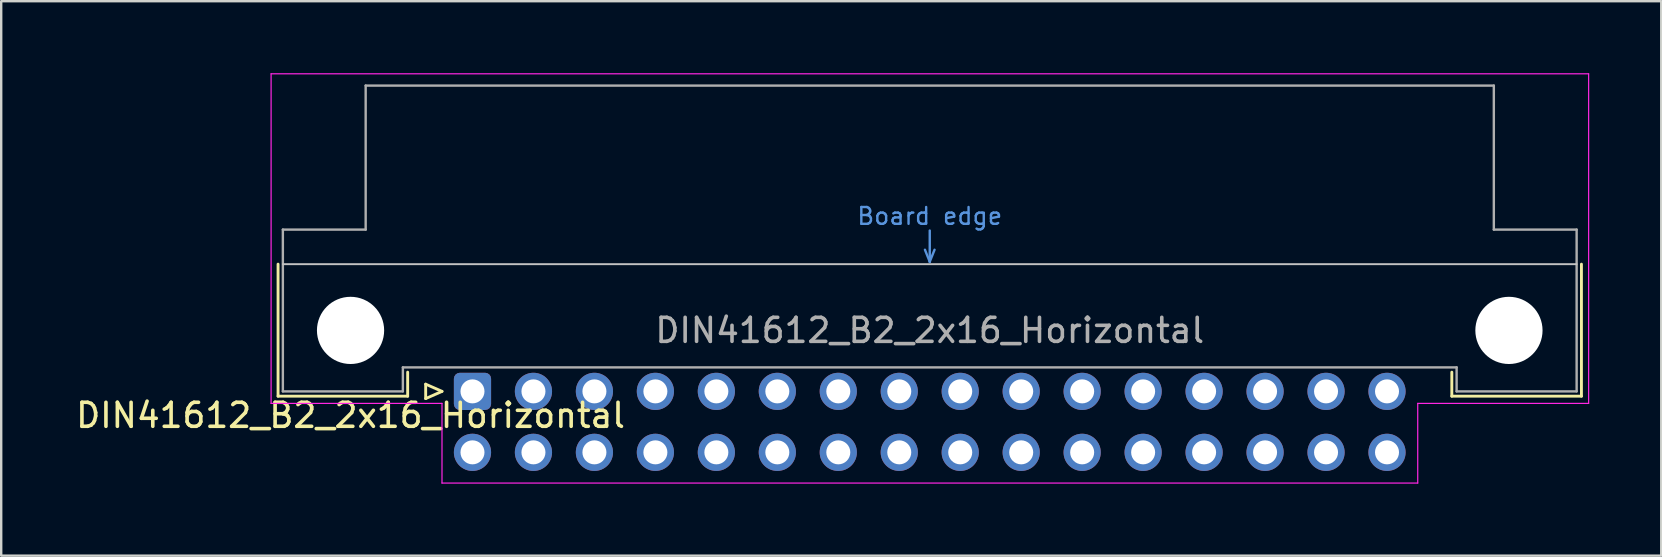
<source format=kicad_pcb>
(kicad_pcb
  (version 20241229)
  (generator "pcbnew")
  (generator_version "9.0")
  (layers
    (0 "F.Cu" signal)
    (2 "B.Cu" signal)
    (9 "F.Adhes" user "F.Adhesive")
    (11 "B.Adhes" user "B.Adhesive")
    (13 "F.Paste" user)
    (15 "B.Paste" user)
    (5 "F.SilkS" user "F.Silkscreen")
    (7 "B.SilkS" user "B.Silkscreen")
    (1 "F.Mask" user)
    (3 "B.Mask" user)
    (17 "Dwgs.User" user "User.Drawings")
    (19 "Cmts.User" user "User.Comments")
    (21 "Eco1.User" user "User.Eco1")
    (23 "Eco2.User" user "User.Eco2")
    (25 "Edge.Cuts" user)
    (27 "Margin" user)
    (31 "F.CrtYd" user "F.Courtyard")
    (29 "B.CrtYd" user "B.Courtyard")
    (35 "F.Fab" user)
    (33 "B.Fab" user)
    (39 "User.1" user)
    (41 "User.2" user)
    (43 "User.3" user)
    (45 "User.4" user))
  (footprint "DIN41612_B2_2x16_Horizontal"
    (layer "F.Cu")
    (at 16.634 13.255)
    (property "Reference" "DIN41612_B2_2x16_Horizontal" (at -5.08 1 0) (layer "F.SilkS") (effects (font (size 1 1) (thickness 0.15))))
    (attr through_hole)
    (fp_line (start -8.1 -5.3) (end -8.1 0.2) (stroke (width 0.12) (type solid)) (layer "F.SilkS"))
    (fp_line (start -8.1 0.2) (end -2.7 0.2) (stroke (width 0.12) (type solid)) (layer "F.SilkS"))
    (fp_line (start -2.7 0.2) (end -2.7 -0.8) (stroke (width 0.12) (type solid)) (layer "F.SilkS"))
    (fp_line (start -1.95 -0.3) (end -1.95 0.3) (stroke (width 0.12) (type solid)) (layer "F.SilkS"))
    (fp_line (start -1.95 0.3) (end -1.27 0) (stroke (width 0.12) (type solid)) (layer "F.SilkS"))
    (fp_line (start -1.27 0) (end -1.95 -0.3) (stroke (width 0.12) (type solid)) (layer "F.SilkS"))
    (fp_line (start 40.8 0.2) (end 40.8 -0.8) (stroke (width 0.12) (type solid)) (layer "F.SilkS"))
    (fp_line (start 46.2 -5.3) (end 46.2 0.2) (stroke (width 0.12) (type solid)) (layer "F.SilkS"))
    (fp_line (start 46.2 0.2) (end 40.8 0.2) (stroke (width 0.12) (type solid)) (layer "F.SilkS"))
    (fp_line (start -7.9 -5.3) (end 46 -5.3) (stroke (width 0.08) (type solid)) (layer "Dwgs.User"))
    (fp_line (start 18.85 -5.9) (end 19.05 -5.4) (stroke (width 0.1) (type solid)) (layer "Cmts.User"))
    (fp_line (start 19.05 -5.4) (end 19.05 -6.7) (stroke (width 0.1) (type solid)) (layer "Cmts.User"))
    (fp_line (start 19.05 -5.4) (end 19.25 -5.9) (stroke (width 0.1) (type solid)) (layer "Cmts.User"))
    (fp_line (start -8.39 -13.23) (end -8.39 0.5) (stroke (width 0.05) (type solid)) (layer "F.CrtYd"))
    (fp_line (start -8.39 0.5) (end -1.27 0.5) (stroke (width 0.05) (type solid)) (layer "F.CrtYd"))
    (fp_line (start -1.27 0.5) (end -1.27 3.82) (stroke (width 0.05) (type solid)) (layer "F.CrtYd"))
    (fp_line (start -1.27 3.82) (end 39.38 3.82) (stroke (width 0.05) (type solid)) (layer "F.CrtYd"))
    (fp_line (start 39.38 0.5) (end 46.5 0.5) (stroke (width 0.05) (type solid)) (layer "F.CrtYd"))
    (fp_line (start 39.38 3.82) (end 39.38 0.5) (stroke (width 0.05) (type solid)) (layer "F.CrtYd"))
    (fp_line (start 46.5 -13.23) (end -8.39 -13.23) (stroke (width 0.05) (type solid)) (layer "F.CrtYd"))
    (fp_line (start 46.5 0.5) (end 46.5 -13.23) (stroke (width 0.05) (type solid)) (layer "F.CrtYd"))
    (fp_line (start -7.9 -6.74) (end -7.9 0) (stroke (width 0.1) (type solid)) (layer "F.Fab"))
    (fp_line (start -7.9 0) (end -2.9 0) (stroke (width 0.1) (type solid)) (layer "F.Fab"))
    (fp_line (start -4.45 -12.74) (end -4.45 -6.74) (stroke (width 0.1) (type solid)) (layer "F.Fab"))
    (fp_line (start -4.45 -6.74) (end -7.9 -6.74) (stroke (width 0.1) (type solid)) (layer "F.Fab"))
    (fp_line (start -2.9 -1) (end 41 -1) (stroke (width 0.1) (type solid)) (layer "F.Fab"))
    (fp_line (start -2.9 0) (end -2.9 -1) (stroke (width 0.1) (type solid)) (layer "F.Fab"))
    (fp_line (start 41 -1) (end 41 0) (stroke (width 0.1) (type solid)) (layer "F.Fab"))
    (fp_line (start 41 0) (end 46 0) (stroke (width 0.1) (type solid)) (layer "F.Fab"))
    (fp_line (start 42.55 -12.74) (end -4.45 -12.74) (stroke (width 0.1) (type solid)) (layer "F.Fab"))
    (fp_line (start 42.55 -6.74) (end 42.55 -12.74) (stroke (width 0.1) (type solid)) (layer "F.Fab"))
    (fp_line (start 46 -6.74) (end 42.55 -6.74) (stroke (width 0.1) (type solid)) (layer "F.Fab"))
    (fp_line (start 46 0) (end 46 -6.74) (stroke (width 0.1) (type solid)) (layer "F.Fab"))
    (fp_text user "Board edge" (at 19.05 -7.3 0) (layer "Cmts.User") (effects (font (size 0.7 0.7) (thickness 0.1))))
    (fp_text user "${REFERENCE}" (at 19.05 -2.54 0) (layer "F.Fab") (effects (font (size 1 1) (thickness 0.15))))
    (pad "" np_thru_hole circle (at -5.08 -2.54) (size 2.8 2.8) (drill 2.8) (layers "*.Cu" "*.Mask"))
    (pad "" np_thru_hole circle (at 43.18 -2.54) (size 2.8 2.8) (drill 2.8) (layers "*.Cu" "*.Mask"))
    (pad "a1" thru_hole roundrect (at 0 0) (size 1.55 1.55) (drill 1) (layers "*.Cu" "*.Mask") (roundrect_rratio 0.161))
    (pad "a2" thru_hole circle (at 2.54 0) (size 1.55 1.55) (drill 1) (layers "*.Cu" "*.Mask"))
    (pad "a3" thru_hole circle (at 5.08 0) (size 1.55 1.55) (drill 1) (layers "*.Cu" "*.Mask"))
    (pad "a4" thru_hole circle (at 7.62 0) (size 1.55 1.55) (drill 1) (layers "*.Cu" "*.Mask"))
    (pad "a5" thru_hole circle (at 10.16 0) (size 1.55 1.55) (drill 1) (layers "*.Cu" "*.Mask"))
    (pad "a6" thru_hole circle (at 12.7 0) (size 1.55 1.55) (drill 1) (layers "*.Cu" "*.Mask"))
    (pad "a7" thru_hole circle (at 15.24 0) (size 1.55 1.55) (drill 1) (layers "*.Cu" "*.Mask"))
    (pad "a8" thru_hole circle (at 17.78 0) (size 1.55 1.55) (drill 1) (layers "*.Cu" "*.Mask"))
    (pad "a9" thru_hole circle (at 20.32 0) (size 1.55 1.55) (drill 1) (layers "*.Cu" "*.Mask"))
    (pad "a10" thru_hole circle (at 22.86 0) (size 1.55 1.55) (drill 1) (layers "*.Cu" "*.Mask"))
    (pad "a11" thru_hole circle (at 25.4 0) (size 1.55 1.55) (drill 1) (layers "*.Cu" "*.Mask"))
    (pad "a12" thru_hole circle (at 27.94 0) (size 1.55 1.55) (drill 1) (layers "*.Cu" "*.Mask"))
    (pad "a13" thru_hole circle (at 30.48 0) (size 1.55 1.55) (drill 1) (layers "*.Cu" "*.Mask"))
    (pad "a14" thru_hole circle (at 33.02 0) (size 1.55 1.55) (drill 1) (layers "*.Cu" "*.Mask"))
    (pad "a15" thru_hole circle (at 35.56 0) (size 1.55 1.55) (drill 1) (layers "*.Cu" "*.Mask"))
    (pad "a16" thru_hole circle (at 38.1 0) (size 1.55 1.55) (drill 1) (layers "*.Cu" "*.Mask"))
    (pad "b1" thru_hole circle (at 0 2.54) (size 1.55 1.55) (drill 1) (layers "*.Cu" "*.Mask"))
    (pad "b2" thru_hole circle (at 2.54 2.54) (size 1.55 1.55) (drill 1) (layers "*.Cu" "*.Mask"))
    (pad "b3" thru_hole circle (at 5.08 2.54) (size 1.55 1.55) (drill 1) (layers "*.Cu" "*.Mask"))
    (pad "b4" thru_hole circle (at 7.62 2.54) (size 1.55 1.55) (drill 1) (layers "*.Cu" "*.Mask"))
    (pad "b5" thru_hole circle (at 10.16 2.54) (size 1.55 1.55) (drill 1) (layers "*.Cu" "*.Mask"))
    (pad "b6" thru_hole circle (at 12.7 2.54) (size 1.55 1.55) (drill 1) (layers "*.Cu" "*.Mask"))
    (pad "b7" thru_hole circle (at 15.24 2.54) (size 1.55 1.55) (drill 1) (layers "*.Cu" "*.Mask"))
    (pad "b8" thru_hole circle (at 17.78 2.54) (size 1.55 1.55) (drill 1) (layers "*.Cu" "*.Mask"))
    (pad "b9" thru_hole circle (at 20.32 2.54) (size 1.55 1.55) (drill 1) (layers "*.Cu" "*.Mask"))
    (pad "b10" thru_hole circle (at 22.86 2.54) (size 1.55 1.55) (drill 1) (layers "*.Cu" "*.Mask"))
    (pad "b11" thru_hole circle (at 25.4 2.54) (size 1.55 1.55) (drill 1) (layers "*.Cu" "*.Mask"))
    (pad "b12" thru_hole circle (at 27.94 2.54) (size 1.55 1.55) (drill 1) (layers "*.Cu" "*.Mask"))
    (pad "b13" thru_hole circle (at 30.48 2.54) (size 1.55 1.55) (drill 1) (layers "*.Cu" "*.Mask"))
    (pad "b14" thru_hole circle (at 33.02 2.54) (size 1.55 1.55) (drill 1) (layers "*.Cu" "*.Mask"))
    (pad "b15" thru_hole circle (at 35.56 2.54) (size 1.55 1.55) (drill 1) (layers "*.Cu" "*.Mask"))
    (pad "b16" thru_hole circle (at 38.1 2.54) (size 1.55 1.55) (drill 1) (layers "*.Cu" "*.Mask")))
  (gr_rect
    (start -3 -3)
    (end 66.159 20.1)
    (stroke (width 0.1) (type default))
    (fill no)
    (layer "Edge.Cuts")))
</source>
